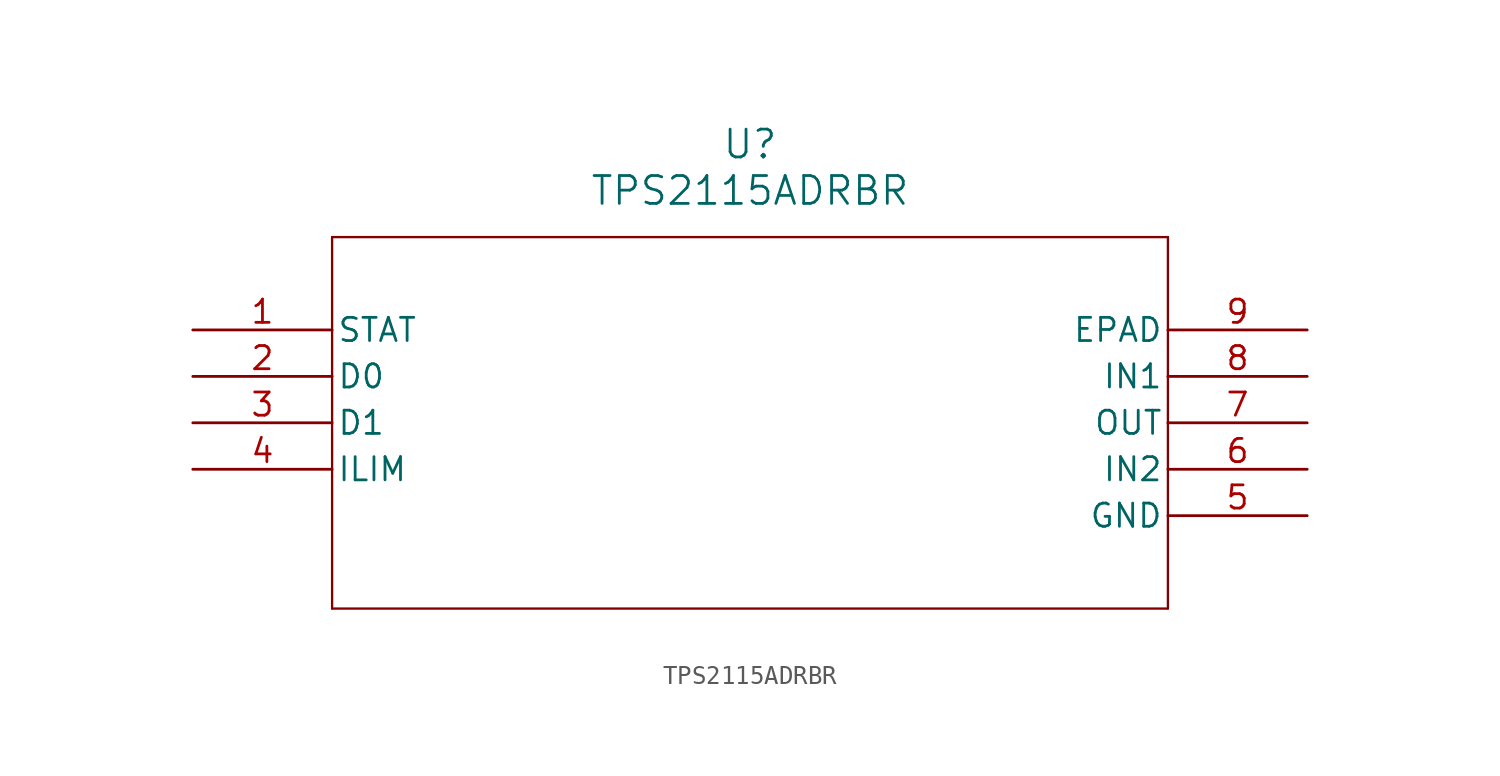
<source format=kicad_sym>
(kicad_symbol_lib
  (version 20211014)
  (generator kicad_symbol_editor)
  (symbol "TPS2115ADRBR"
    (pin_names
      (offset 0.254))
    (property "Reference" "U"
      (at 30.48 10.16 0)
      (effects (font (size 1.524 1.524))))
    (property "Value" "TPS2115ADRBR"
      (at 30.48 7.62 0)
      (effects (font (size 1.524 1.524))))
    (symbol "TPS2115ADRBR_0_1"
      (polyline (pts (xy 7.62 5.08) (xy 7.62 -15.24)) (stroke (width 0.127) (type default) (color 0 0 0 0)) (fill (type none)))
      (polyline (pts (xy 7.62 -15.24) (xy 53.34 -15.24)) (stroke (width 0.127) (type default) (color 0 0 0 0)) (fill (type none)))
      (polyline (pts (xy 53.34 -15.24) (xy 53.34 5.08)) (stroke (width 0.127) (type default) (color 0 0 0 0)) (fill (type none)))
      (polyline (pts (xy 53.34 5.08) (xy 7.62 5.08)) (stroke (width 0.127) (type default) (color 0 0 0 0)) (fill (type none)))
      (pin output line (at 0 0 0) (length 7.62) (name "STAT" (effects (font (size 1.27 1.27)))) (number "1" (effects (font (size 1.27 1.27)))))
      (pin input line (at 0 -2.54 0) (length 7.62) (name "D0" (effects (font (size 1.27 1.27)))) (number "2" (effects (font (size 1.27 1.27)))))
      (pin input line (at 0 -5.08 0) (length 7.62) (name "D1" (effects (font (size 1.27 1.27)))) (number "3" (effects (font (size 1.27 1.27)))))
      (pin input line (at 0 -7.62 0) (length 7.62) (name "ILIM" (effects (font (size 1.27 1.27)))) (number "4" (effects (font (size 1.27 1.27)))))
      (pin power_in line (at 60.96 -10.16 180) (length 7.62) (name "GND" (effects (font (size 1.27 1.27)))) (number "5" (effects (font (size 1.27 1.27)))))
      (pin input line (at 60.96 -7.62 180) (length 7.62) (name "IN2" (effects (font (size 1.27 1.27)))) (number "6" (effects (font (size 1.27 1.27)))))
      (pin output line (at 60.96 -5.08 180) (length 7.62) (name "OUT" (effects (font (size 1.27 1.27)))) (number "7" (effects (font (size 1.27 1.27)))))
      (pin input line (at 60.96 -2.54 180) (length 7.62) (name "IN1" (effects (font (size 1.27 1.27)))) (number "8" (effects (font (size 1.27 1.27)))))
      (pin unspecified line (at 60.96 0 180) (length 7.62) (name "EPAD" (effects (font (size 1.27 1.27)))) (number "9" (effects (font (size 1.27 1.27))))))))
</source>
